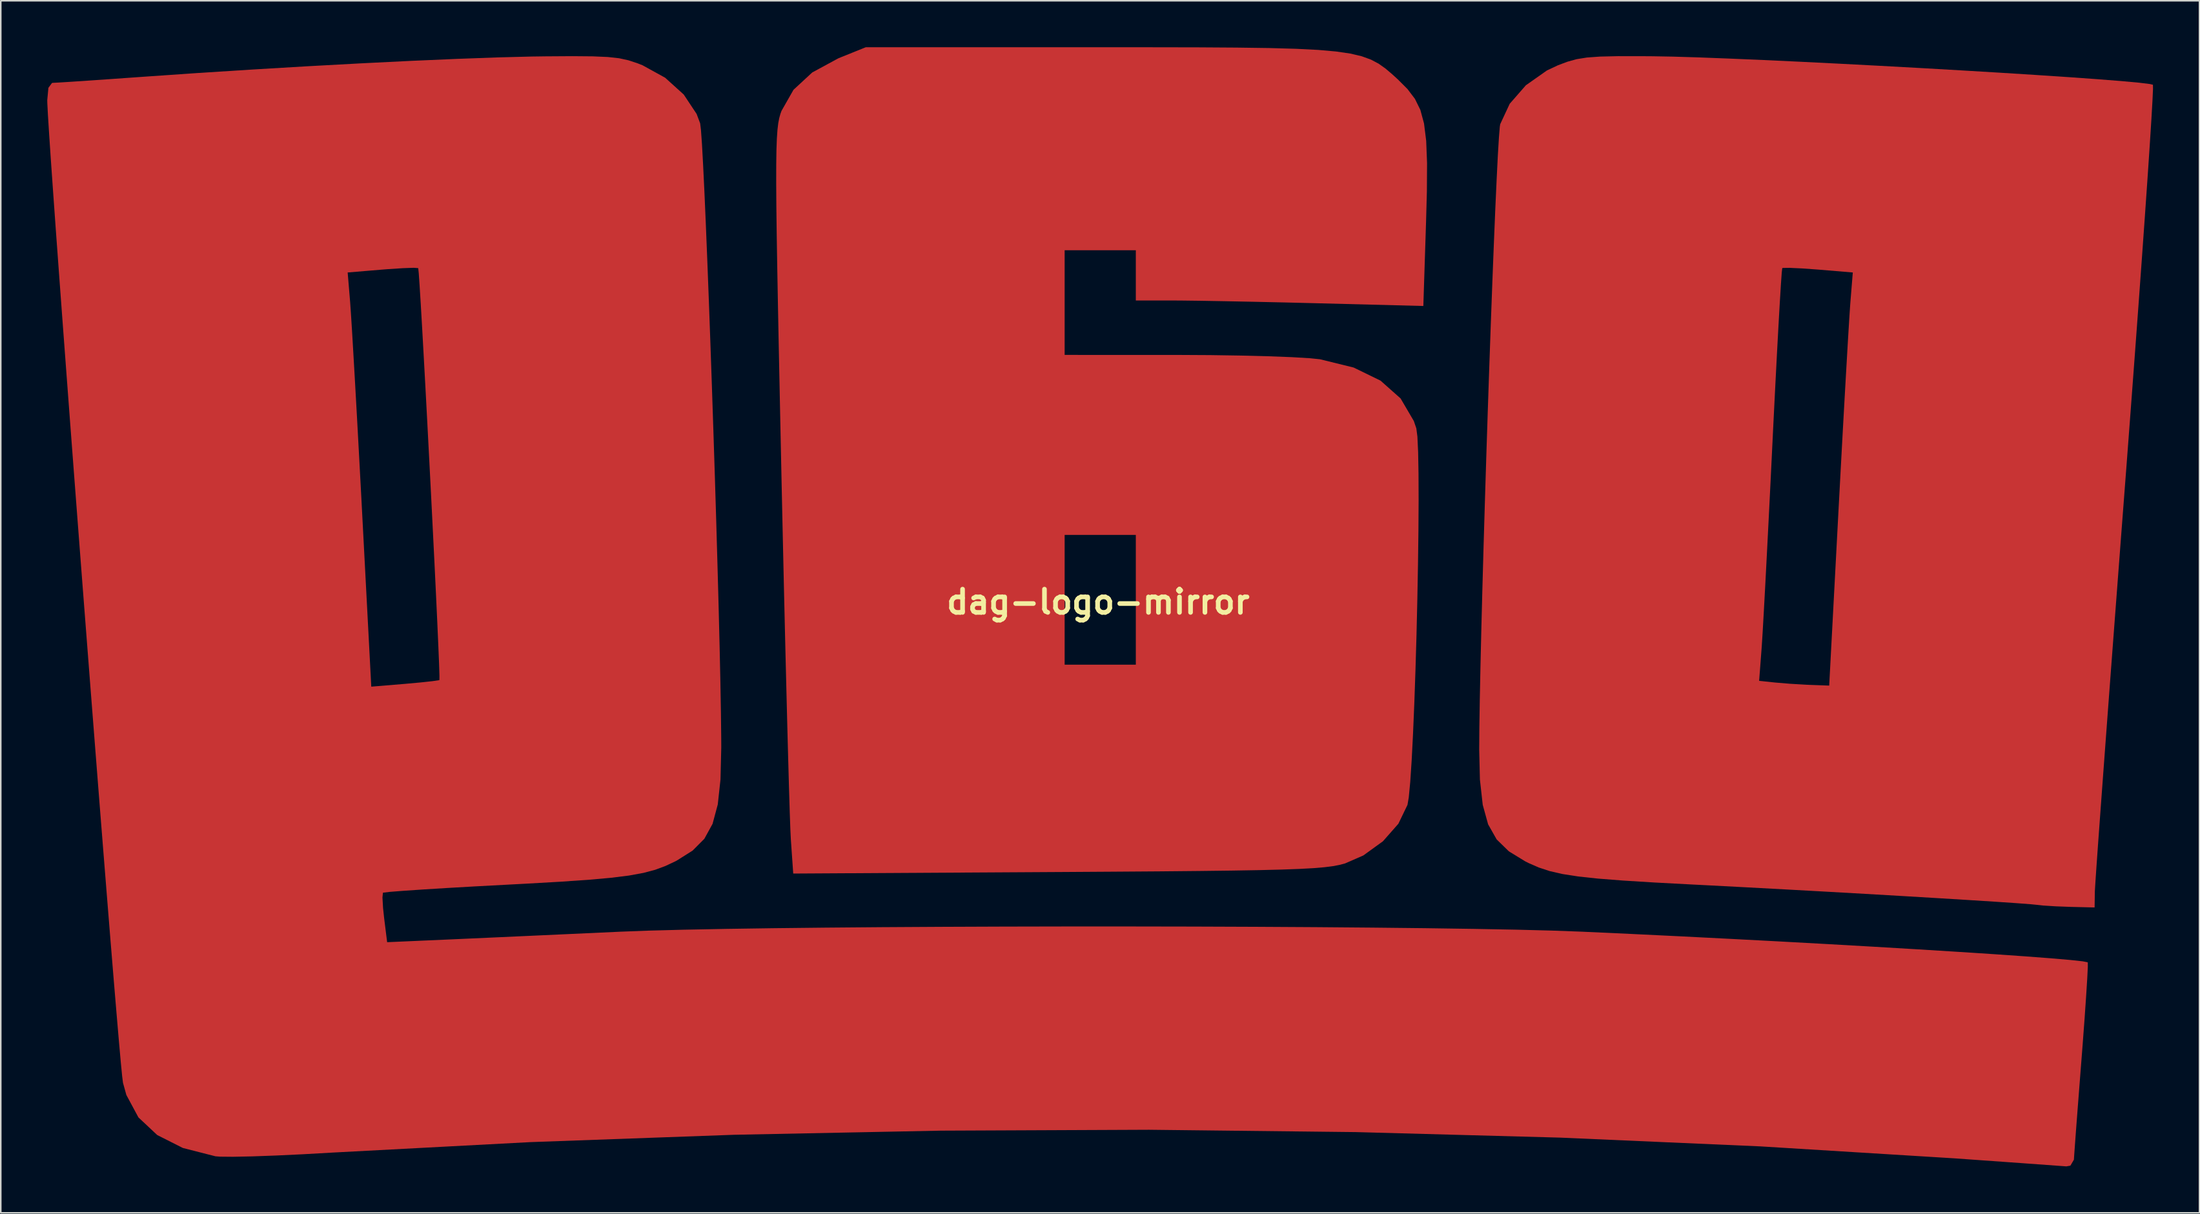
<source format=kicad_pcb>
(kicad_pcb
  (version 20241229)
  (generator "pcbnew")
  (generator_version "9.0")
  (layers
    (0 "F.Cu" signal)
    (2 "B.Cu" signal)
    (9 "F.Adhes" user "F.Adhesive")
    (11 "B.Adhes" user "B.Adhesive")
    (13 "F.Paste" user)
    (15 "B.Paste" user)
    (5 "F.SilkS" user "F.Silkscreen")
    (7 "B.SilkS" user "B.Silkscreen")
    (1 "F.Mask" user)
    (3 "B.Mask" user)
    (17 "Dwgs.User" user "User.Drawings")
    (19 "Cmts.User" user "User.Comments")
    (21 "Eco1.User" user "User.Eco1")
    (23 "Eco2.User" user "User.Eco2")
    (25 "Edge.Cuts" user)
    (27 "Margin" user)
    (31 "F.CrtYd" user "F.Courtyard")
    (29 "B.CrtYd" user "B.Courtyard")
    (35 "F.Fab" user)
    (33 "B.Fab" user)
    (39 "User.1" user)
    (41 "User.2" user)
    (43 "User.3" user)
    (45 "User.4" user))
  (footprint "dag-logo-mirror"
    (layer "F.Cu")
    (at 67.823 35.803)
    (property "Reference" "dag-logo-mirror" (at 0 0 0) (layer "F.SilkS") (effects (font (size 1.5 1.5) (thickness 0.3))))
    (attr board_only exclude_from_pos_files exclude_from_bom)
    (fp_poly (pts (xy 3.46 -35.802) (xy 6.423 -35.797) (xy 8.935 -35.781) (xy 11.04 -35.752) (xy 12.782 -35.703) (xy 14.205 -35.631) (xy 15.355 -35.529) (xy 16.275 -35.395) (xy 17.009 -35.222) (xy 17.603 -35.006) (xy 18.101 -34.743) (xy 18.547 -34.427) (xy 18.985 -34.054) (xy 19.341 -33.729) (xy 19.965 -33.105) (xy 20.445 -32.473) (xy 20.796 -31.758) (xy 21.033 -30.88) (xy 21.172 -29.763) (xy 21.228 -28.33) (xy 21.217 -26.502) (xy 21.163 -24.514) (xy 20.988 -19.101) (xy 14.098 -19.278) (xy 12.063 -19.328) (xy 10.064 -19.372) (xy 8.21 -19.409) (xy 6.61 -19.437) (xy 5.371 -19.452) (xy 4.82 -19.455) (xy 2.432 -19.455) (xy 2.432 -21.077) (xy 2.432 -22.698) (xy 0.135 -22.698) (xy -2.162 -22.698) (xy -2.162 -19.32) (xy -2.162 -15.943) (xy 5.202 -15.941) (xy 7.249 -15.93) (xy 9.213 -15.9) (xy 11 -15.855) (xy 12.516 -15.797) (xy 13.67 -15.728) (xy 14.321 -15.661) (xy 16.49 -15.127) (xy 18.225 -14.282) (xy 19.521 -13.131) (xy 20.374 -11.676) (xy 20.536 -11.201) (xy 20.605 -10.669) (xy 20.652 -9.668) (xy 20.677 -8.271) (xy 20.683 -6.551) (xy 20.671 -4.579) (xy 20.643 -2.427) (xy 20.601 -0.167) (xy 20.547 2.129) (xy 20.481 4.388) (xy 20.406 6.538) (xy 20.323 8.509) (xy 20.235 10.227) (xy 20.143 11.62) (xy 20.048 12.617) (xy 19.965 13.104) (xy 19.377 14.323) (xy 18.382 15.452) (xy 17.115 16.369) (xy 15.94 16.882) (xy 15.588 16.977) (xy 15.16 17.058) (xy 14.614 17.128) (xy 13.908 17.188) (xy 12.999 17.238) (xy 11.845 17.28) (xy 10.405 17.316) (xy 8.636 17.346) (xy 6.495 17.372) (xy 3.941 17.396) (xy 0.931 17.417) (xy -2.576 17.439) (xy -2.611 17.439) (xy -19.679 17.537) (xy -19.833 15.321) (xy -19.863 14.704) (xy -19.903 13.593) (xy -19.951 12.033) (xy -20.006 10.07) (xy -20.068 7.752) (xy -20.134 5.122) (xy -20.205 2.228) (xy -20.278 -0.885) (xy -20.352 -4.171) (xy -20.355 -4.323) (xy -2.162 -4.323) (xy -2.162 -0.135) (xy -2.162 4.053) (xy 0.135 4.053) (xy 2.432 4.053) (xy 2.432 -0.135) (xy 2.432 -4.323) (xy 0.135 -4.323) (xy -2.162 -4.323) (xy -20.355 -4.323) (xy -20.427 -7.584) (xy -20.45 -8.672) (xy -20.533 -12.62) (xy -20.604 -16.065) (xy -20.663 -19.043) (xy -20.71 -21.591) (xy -20.745 -23.745) (xy -20.768 -25.543) (xy -20.778 -27.021) (xy -20.776 -28.216) (xy -20.762 -29.165) (xy -20.735 -29.905) (xy -20.696 -30.471) (xy -20.645 -30.902) (xy -20.581 -31.233) (xy -20.506 -31.502) (xy -20.436 -31.695) (xy -19.662 -33.056) (xy -18.454 -34.174) (xy -16.776 -35.084) (xy -16.573 -35.168) (xy -14.997 -35.803) (xy 0 -35.803)) (stroke (width 0) (type solid)) (fill yes) (layer "F.Cu"))
    (fp_poly (pts (xy 35.065 -35.226) (xy 35.803 -35.221) (xy 37.095 -35.198) (xy 38.749 -35.148) (xy 40.71 -35.073) (xy 42.919 -34.979) (xy 45.319 -34.867) (xy 47.852 -34.741) (xy 50.461 -34.604) (xy 53.088 -34.46) (xy 55.677 -34.311) (xy 58.169 -34.162) (xy 60.507 -34.015) (xy 62.633 -33.874) (xy 64.491 -33.741) (xy 66.021 -33.621) (xy 67.169 -33.516) (xy 67.874 -33.43) (xy 68.076 -33.382) (xy 68.08 -33.104) (xy 68.044 -32.324) (xy 67.972 -31.08) (xy 67.865 -29.409) (xy 67.727 -27.348) (xy 67.559 -24.935) (xy 67.365 -22.207) (xy 67.147 -19.201) (xy 66.908 -15.955) (xy 66.65 -12.505) (xy 66.377 -8.889) (xy 66.293 -7.79) (xy 66.011 -4.108) (xy 65.742 -0.565) (xy 65.487 2.802) (xy 65.25 5.951) (xy 65.034 8.846) (xy 64.841 11.445) (xy 64.674 13.711) (xy 64.536 15.605) (xy 64.431 17.086) (xy 64.361 18.117) (xy 64.328 18.658) (xy 64.326 18.712) (xy 64.311 19.726) (xy 62.757 19.689) (xy 61.8 19.653) (xy 61 19.602) (xy 60.663 19.565) (xy 60.202 19.519) (xy 59.262 19.448) (xy 57.904 19.356) (xy 56.189 19.247) (xy 54.177 19.124) (xy 51.93 18.99) (xy 49.507 18.849) (xy 46.97 18.706) (xy 44.379 18.563) (xy 41.796 18.424) (xy 39.281 18.292) (xy 38.37 18.246) (xy 35.885 18.114) (xy 33.871 17.989) (xy 32.259 17.863) (xy 30.979 17.726) (xy 29.963 17.567) (xy 29.141 17.378) (xy 28.445 17.149) (xy 27.805 16.87) (xy 27.562 16.749) (xy 26.505 16.101) (xy 25.719 15.333) (xy 25.169 14.361) (xy 24.821 13.102) (xy 24.64 11.474) (xy 24.593 9.534) (xy 24.603 8.129) (xy 24.631 6.348) (xy 24.656 5.099) (xy 42.66 5.099) (xy 43.69 5.206) (xy 44.649 5.286) (xy 45.725 5.349) (xy 45.951 5.359) (xy 47.182 5.404) (xy 47.788 -6.012) (xy 47.923 -8.526) (xy 48.054 -10.941) (xy 48.179 -13.187) (xy 48.294 -15.198) (xy 48.393 -16.903) (xy 48.474 -18.234) (xy 48.533 -19.123) (xy 48.55 -19.346) (xy 48.705 -21.264) (xy 46.474 -21.45) (xy 45.44 -21.525) (xy 44.637 -21.562) (xy 44.196 -21.557) (xy 44.152 -21.545) (xy 44.12 -21.264) (xy 44.066 -20.5) (xy 43.993 -19.31) (xy 43.904 -17.75) (xy 43.803 -15.878) (xy 43.693 -13.749) (xy 43.576 -11.42) (xy 43.519 -10.254) (xy 43.397 -7.755) (xy 43.276 -5.347) (xy 43.161 -3.101) (xy 43.056 -1.089) (xy 42.963 0.619) (xy 42.887 1.953) (xy 42.831 2.84) (xy 42.818 3.023) (xy 42.66 5.099) (xy 24.656 5.099) (xy 24.673 4.243) (xy 24.729 1.865) (xy 24.796 -0.731) (xy 24.873 -3.495) (xy 24.958 -6.374) (xy 25.049 -9.316) (xy 25.145 -12.268) (xy 25.244 -15.178) (xy 25.344 -17.994) (xy 25.443 -20.663) (xy 25.54 -23.134) (xy 25.632 -25.354) (xy 25.719 -27.27) (xy 25.797 -28.831) (xy 25.867 -29.984) (xy 25.924 -30.677) (xy 25.95 -30.84) (xy 26.562 -32.154) (xy 27.604 -33.347) (xy 28.967 -34.306) (xy 29.677 -34.64) (xy 30.288 -34.869) (xy 30.873 -35.032) (xy 31.539 -35.139) (xy 32.39 -35.201) (xy 33.53 -35.227)) (stroke (width 0) (type solid)) (fill yes) (layer "F.Cu"))
    (fp_poly (pts (xy -32.621 -35.216) (xy -31.653 -35.174) (xy -30.918 -35.093) (xy -30.316 -34.962) (xy -29.743 -34.773) (xy -29.407 -34.641) (xy -27.947 -33.837) (xy -26.744 -32.75) (xy -25.913 -31.497) (xy -25.686 -30.891) (xy -25.634 -30.468) (xy -25.569 -29.557) (xy -25.495 -28.211) (xy -25.411 -26.481) (xy -25.321 -24.42) (xy -25.226 -22.079) (xy -25.127 -19.512) (xy -25.027 -16.771) (xy -24.927 -13.907) (xy -24.829 -10.973) (xy -24.734 -8.021) (xy -24.645 -5.104) (xy -24.564 -2.274) (xy -24.491 0.418) (xy -24.429 2.918) (xy -24.38 5.175) (xy -24.345 7.136) (xy -24.326 8.749) (xy -24.323 9.399) (xy -24.373 11.464) (xy -24.549 13.08) (xy -24.885 14.329) (xy -25.414 15.292) (xy -26.17 16.053) (xy -27.185 16.694) (xy -27.291 16.749) (xy -27.923 17.047) (xy -28.585 17.293) (xy -29.344 17.495) (xy -30.271 17.665) (xy -31.432 17.81) (xy -32.897 17.941) (xy -34.734 18.066) (xy -37.011 18.196) (xy -38.222 18.26) (xy -40.222 18.367) (xy -42.04 18.471) (xy -43.609 18.568) (xy -44.86 18.653) (xy -45.725 18.721) (xy -46.135 18.769) (xy -46.159 18.777) (xy -46.189 19.085) (xy -46.151 19.763) (xy -46.079 20.429) (xy -45.887 21.968) (xy -41.926 21.794) (xy -40.512 21.731) (xy -38.691 21.649) (xy -36.595 21.554) (xy -34.358 21.452) (xy -32.111 21.349) (xy -30.804 21.289) (xy -29.017 21.222) (xy -26.745 21.162) (xy -24.046 21.11) (xy -20.976 21.065) (xy -17.592 21.028) (xy -13.95 20.998) (xy -10.106 20.976) (xy -6.118 20.961) (xy -2.041 20.953) (xy 2.068 20.953) (xy 6.153 20.96) (xy 10.156 20.975) (xy 14.022 20.997) (xy 17.694 21.027) (xy 21.115 21.064) (xy 24.229 21.109) (xy 26.98 21.16) (xy 29.311 21.22) (xy 31.165 21.287) (xy 31.21 21.289) (xy 34.372 21.434) (xy 37.59 21.59) (xy 40.817 21.754) (xy 44.008 21.922) (xy 47.117 22.093) (xy 50.098 22.263) (xy 52.905 22.43) (xy 55.494 22.591) (xy 57.818 22.742) (xy 59.832 22.882) (xy 61.489 23.008) (xy 62.745 23.116) (xy 63.553 23.204) (xy 63.869 23.27) (xy 63.87 23.271) (xy 63.873 23.558) (xy 63.836 24.306) (xy 63.765 25.438) (xy 63.666 26.875) (xy 63.542 28.54) (xy 63.471 29.453) (xy 63.332 31.233) (xy 63.207 32.849) (xy 63.103 34.219) (xy 63.027 35.257) (xy 62.983 35.88) (xy 62.976 36.006) (xy 62.749 36.393) (xy 62.487 36.44) (xy 62.095 36.411) (xy 61.243 36.349) (xy 60.011 36.26) (xy 58.476 36.15) (xy 56.717 36.025) (xy 55.259 35.921) (xy 42.734 35.149) (xy 29.822 34.584) (xy 16.633 34.227) (xy 3.279 34.077) (xy -10.13 34.134) (xy -23.481 34.4) (xy -36.663 34.875) (xy -49.403 35.549) (xy -51.291 35.656) (xy -53.051 35.739) (xy -54.594 35.795) (xy -55.832 35.82) (xy -56.676 35.812) (xy -56.969 35.789) (xy -59.071 35.252) (xy -60.726 34.417) (xy -61.94 33.278) (xy -62.718 31.831) (xy -62.936 31.043) (xy -62.989 30.617) (xy -63.079 29.694) (xy -63.202 28.317) (xy -63.355 26.526) (xy -63.536 24.364) (xy -63.74 21.873) (xy -63.964 19.095) (xy -64.206 16.071) (xy -64.462 12.845) (xy -64.728 9.457) (xy -65.002 5.949) (xy -65.28 2.364) (xy -65.56 -1.256) (xy -65.837 -4.87) (xy -66.109 -8.435) (xy -66.372 -11.91) (xy -66.623 -15.253) (xy -66.859 -18.421) (xy -67.069 -21.264) (xy -48.435 -21.264) (xy -48.275 -19.346) (xy -48.227 -18.662) (xy -48.154 -17.506) (xy -48.062 -15.948) (xy -47.953 -14.056) (xy -47.832 -11.898) (xy -47.704 -9.543) (xy -47.57 -7.059) (xy -47.513 -5.978) (xy -46.911 5.473) (xy -44.746 5.293) (xy -43.732 5.201) (xy -42.954 5.117) (xy -42.545 5.056) (xy -42.514 5.045) (xy -42.511 4.768) (xy -42.535 4.015) (xy -42.583 2.849) (xy -42.65 1.333) (xy -42.734 -0.471) (xy -42.832 -2.499) (xy -42.941 -4.687) (xy -43.056 -6.974) (xy -43.176 -9.295) (xy -43.296 -11.588) (xy -43.413 -13.789) (xy -43.525 -15.836) (xy -43.627 -17.665) (xy -43.717 -19.213) (xy -43.792 -20.417) (xy -43.847 -21.214) (xy -43.881 -21.541) (xy -43.883 -21.545) (xy -44.175 -21.566) (xy -44.873 -21.542) (xy -45.845 -21.478) (xy -46.204 -21.45) (xy -48.435 -21.264) (xy -67.069 -21.264) (xy -67.077 -21.373) (xy -67.274 -24.067) (xy -67.445 -26.461) (xy -67.589 -28.512) (xy -67.701 -30.179) (xy -67.779 -31.421) (xy -67.819 -32.194) (xy -67.823 -32.387) (xy -67.749 -33.184) (xy -67.517 -33.498) (xy -67.453 -33.506) (xy -67.081 -33.525) (xy -66.257 -33.577) (xy -65.068 -33.656) (xy -63.601 -33.758) (xy -61.945 -33.875) (xy -61.576 -33.901) (xy -58.08 -34.142) (xy -54.532 -34.368) (xy -51.01 -34.577) (xy -47.593 -34.763) (xy -44.36 -34.923) (xy -41.39 -35.052) (xy -38.763 -35.147) (xy -36.557 -35.204) (xy -35.668 -35.216) (xy -33.926 -35.227)) (stroke (width 0) (type solid)) (fill yes) (layer "F.Cu")))
  (gr_rect
    (start -3 -3)
    (end 138.903 75.243)
    (stroke (width 0.1) (type default))
    (fill no)
    (layer "Edge.Cuts")))
</source>
